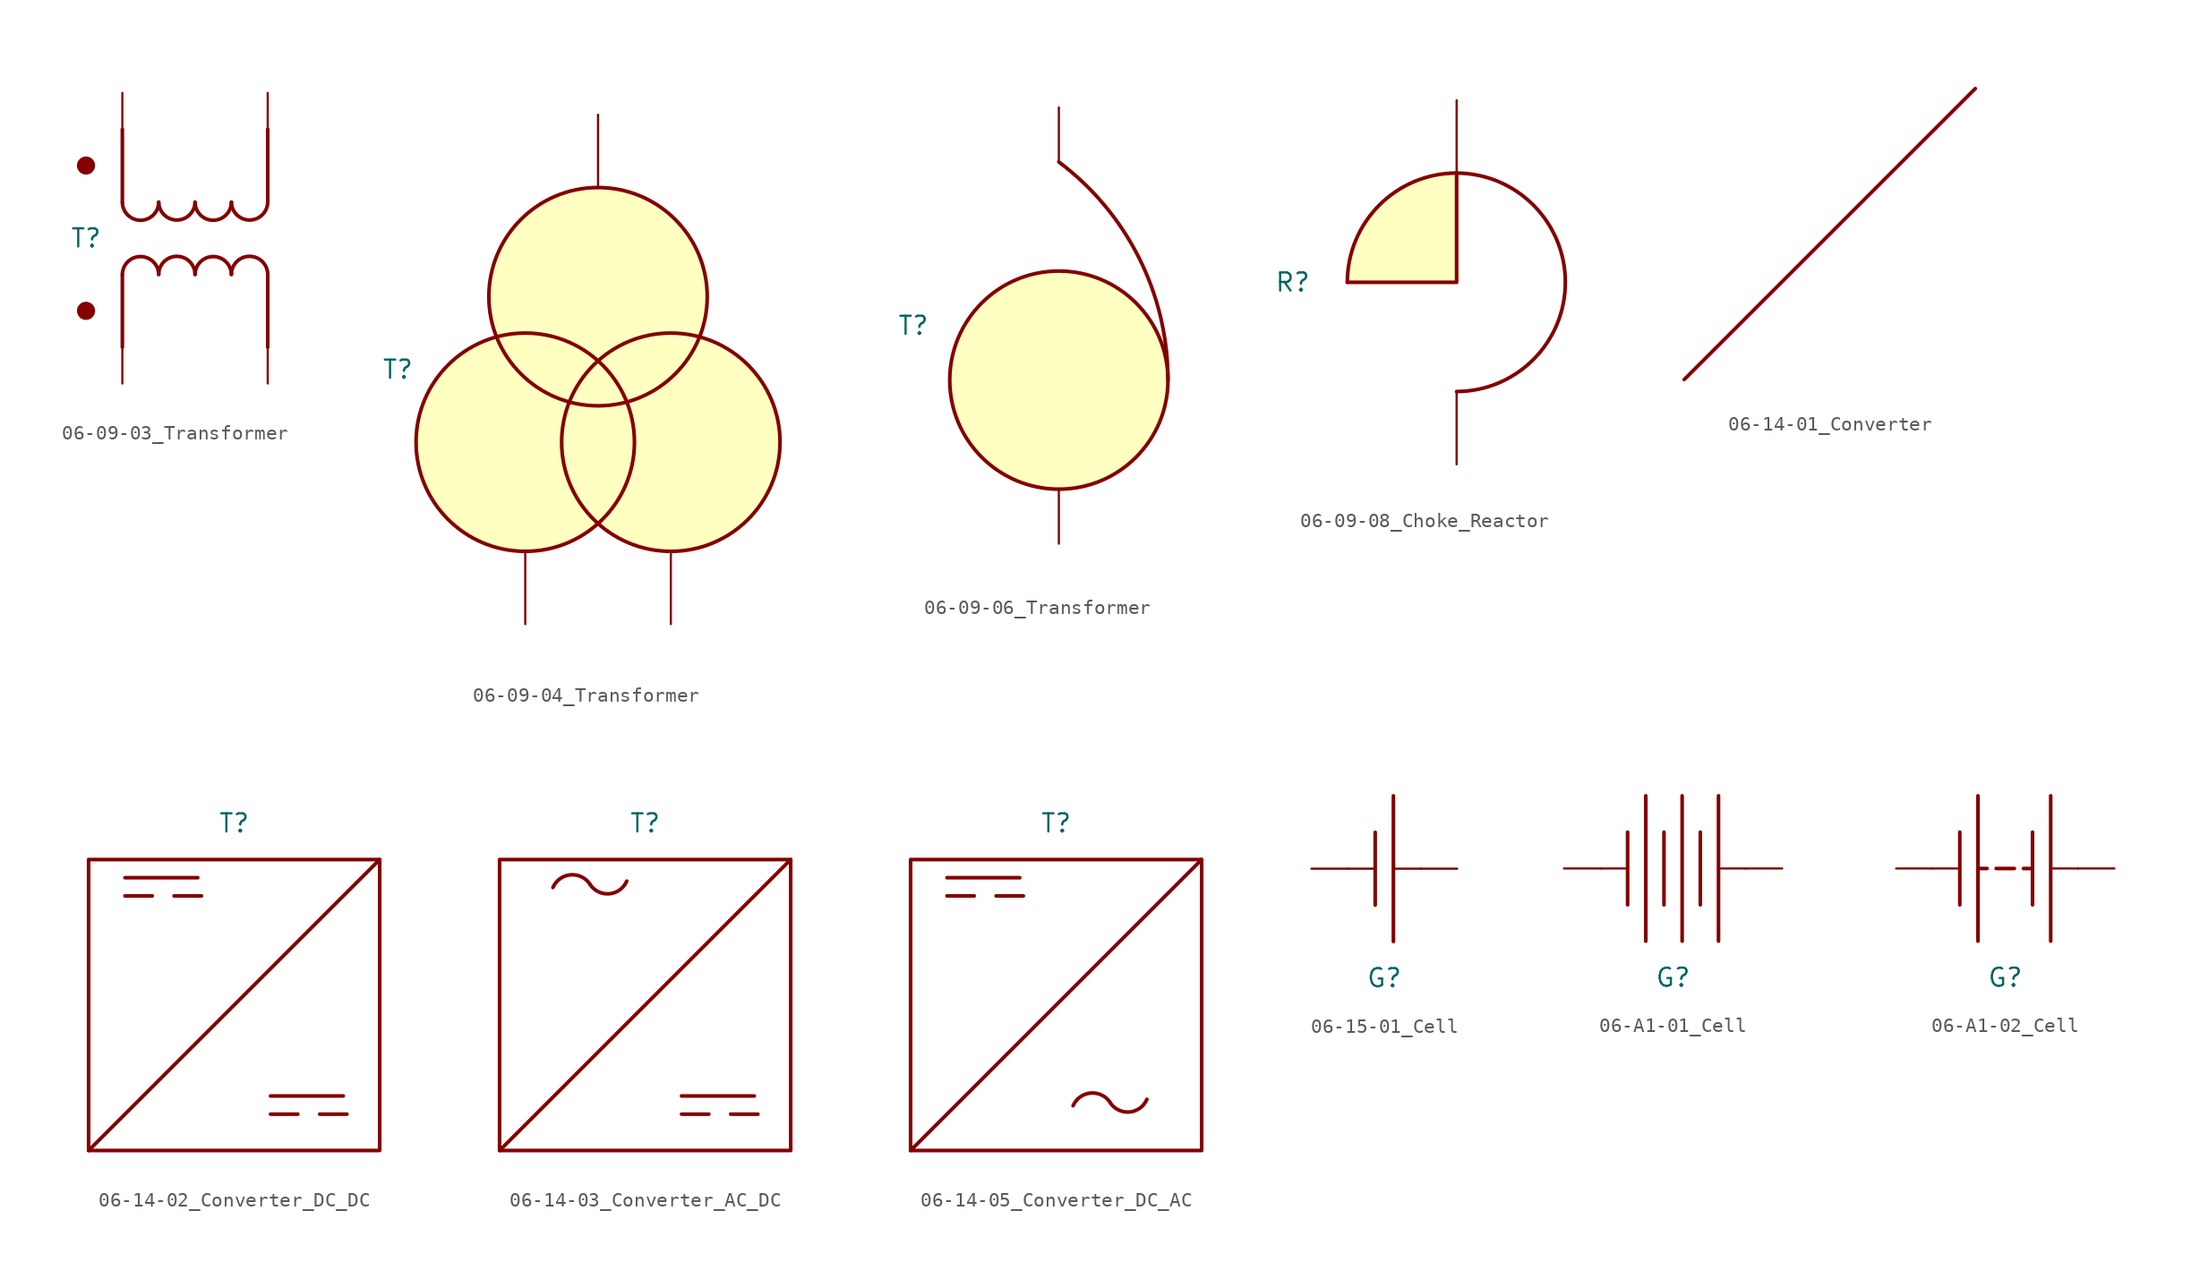
<source format=kicad_sym>
(kicad_symbol_lib
  (version 20201005)
  (generator kicad_symbol_editor)
  (symbol "Symbol_IEC_60617-6:06-09-03_Transformer"
    (pin_numbers hide)
    (pin_names hide)
    (property "Reference" "T"
      (at -7.62 0 0)
      (effects (font (size 1.27 1.27))))
    (symbol "06-09-03_Transformer_0_1"
      (arc (start 0 2.5241) (end -2.54 2.5241) (radius (at -1.27 2.54) (length 1.2701) (angles -0.7 -179.3)) (stroke (width 0.254)) (fill (type none)))
      (arc (start -2.54 2.5082) (end -5.08 2.5082) (radius (at -3.81 2.5241) (length 1.2701) (angles -0.7 -179.3)) (stroke (width 0.254)) (fill (type none)))
      (arc (start 5.08 2.5241) (end 2.54 2.5241) (radius (at 3.81 2.54) (length 1.2701) (angles -0.7 -179.3)) (stroke (width 0.254)) (fill (type none)))
      (arc (start 2.54 2.5082) (end 0 2.5082) (radius (at 1.27 2.5241) (length 1.2701) (angles -0.7 -179.3)) (stroke (width 0.254)) (fill (type none)))
      (arc (start 0 -2.54) (end 2.54 -2.54) (radius (at 1.27 -2.5559) (length 1.2701) (angles 179.3 0.7)) (stroke (width 0.254)) (fill (type none)))
      (arc (start 2.54 -2.5241) (end 5.08 -2.5241) (radius (at 3.81 -2.54) (length 1.2701) (angles 179.3 0.7)) (stroke (width 0.254)) (fill (type none)))
      (arc (start -5.08 -2.54) (end -2.54 -2.54) (radius (at -3.81 -2.5559) (length 1.2701) (angles 179.3 0.7)) (stroke (width 0.254)) (fill (type none)))
      (arc (start -2.54 -2.5241) (end 0 -2.5241) (radius (at -1.27 -2.54) (length 1.2701) (angles 179.3 0.7)) (stroke (width 0.254)) (fill (type none)))
      (circle (center -7.62 5.08) (radius 0.508) (stroke (width 0.254)) (fill (type outline)))
      (circle (center -7.62 -5.08) (radius 0.508) (stroke (width 0.254)) (fill (type outline)))
      (polyline (pts (xy -5.08 7.62) (xy -5.08 2.54)) (stroke (width 0.254)) (fill (type none)))
      (polyline (pts (xy 5.08 7.62) (xy 5.08 2.54)) (stroke (width 0.254)) (fill (type none)))
      (polyline (pts (xy 5.08 -2.54) (xy 5.08 -7.62)) (stroke (width 0.254)) (fill (type none)))
      (polyline (pts (xy -5.08 -2.54) (xy -5.08 -7.62)) (stroke (width 0.254)) (fill (type none))))
    (symbol "06-09-03_Transformer_1_1"
      (pin passive line (at -5.08 10.16 270) (length 2.54) (name "PA" (effects (font (size 1.27 1.27)))) (number "1" (effects (font (size 1.27 1.27)))))
      (pin passive line (at 5.08 10.16 270) (length 2.54) (name "PB" (effects (font (size 1.27 1.27)))) (number "2" (effects (font (size 1.27 1.27)))))
      (pin passive line (at -5.08 -10.16 90) (length 2.54) (name "SA" (effects (font (size 1.27 1.27)))) (number "3" (effects (font (size 1.27 1.27)))))
      (pin passive line (at 5.08 -10.16 90) (length 2.54) (name "SB" (effects (font (size 1.27 1.27)))) (number "4" (effects (font (size 1.27 1.27)))))))
  (symbol "Symbol_IEC_60617-6:06-09-04_Transformer"
    (pin_numbers hide)
    (pin_names hide)
    (property "Reference" "T"
      (at -13.97 0 0)
      (effects (font (size 1.27 1.27))))
    (symbol "06-09-04_Transformer_0_1"
      (circle (center 0 5.08) (radius 7.62) (stroke (width 0.254)) (fill (type background)))
      (circle (center -5.08 -5.08) (radius 7.62) (stroke (width 0.254)) (fill (type background)))
      (circle (center 5.08 -5.08) (radius 7.62) (stroke (width 0.254)) (fill (type background))))
    (symbol "06-09-04_Transformer_1_1"
      (pin input line (at 0 17.78 270) (length 5.08) (name "P" (effects (font (size 1.27 1.27)))) (number "1" (effects (font (size 1.27 1.27)))))
      (pin input line (at -5.08 -17.78 90) (length 5.08) (name "S1" (effects (font (size 1.27 1.27)))) (number "2" (effects (font (size 1.27 1.27)))))
      (pin input line (at 5.08 -17.78 90) (length 5.08) (name "S2" (effects (font (size 1.27 1.27)))) (number "2" (effects (font (size 1.27 1.27)))))))
  (symbol "Symbol_IEC_60617-6:06-09-06_Transformer"
    (pin_numbers hide)
    (pin_names hide)
    (property "Reference" "T"
      (at -10.16 0 0)
      (effects (font (size 1.27 1.27))))
    (symbol "06-09-06_Transformer_0_1"
      (arc (start 7.62 -3.81) (end 0 11.43) (radius (at -11.4255 -3.8077) (length 19.0455) (angles 0 53.1)) (stroke (width 0.254)) (fill (type none)))
      (circle (center 0 -3.81) (radius 7.62) (stroke (width 0.254)) (fill (type background))))
    (symbol "06-09-06_Transformer_1_1"
      (pin input line (at 0 15.24 270) (length 3.81) (name "P" (effects (font (size 1.27 1.27)))) (number "1" (effects (font (size 1.27 1.27)))))
      (pin input line (at 0 -15.24 90) (length 3.81) (name "S" (effects (font (size 1.27 1.27)))) (number "2" (effects (font (size 1.27 1.27)))))))
  (symbol "Symbol_IEC_60617-6:06-09-08_Choke_Reactor"
    (pin_numbers hide)
    (pin_names hide)
    (property "Reference" "R"
      (at -11.43 0 0)
      (effects (font (size 1.27 1.27))))
    (symbol "06-09-08_Choke_Reactor_0_1"
      (arc (start 0 -7.62) (end 0 7.62) (radius (at -0.039 0) (length 7.6201) (angles -89.7 89.7)) (stroke (width 0.254)) (fill (type none)))
      (arc (start 0 7.62) (end -7.62 0) (radius (at 0 0) (length 7.62) (angles 90 180)) (stroke (width 0.254)) (fill (type background)))
      (polyline (pts (xy -7.62 0) (xy 0 0) (xy 0 7.62)) (stroke (width 0.254)) (fill (type none))))
    (symbol "06-09-08_Choke_Reactor_1_1"
      (pin input line (at 0 12.7 270) (length 5.08) (name "~" (effects (font (size 1.27 1.27)))) (number "1" (effects (font (size 1.27 1.27)))))
      (pin input line (at 0 -12.7 90) (length 5.08) (name "~" (effects (font (size 1.27 1.27)))) (number "2" (effects (font (size 1.27 1.27)))))))
  (symbol "Symbol_IEC_60617-6:06-14-01_Converter"
    (pin_numbers hide)
    (pin_names hide)
    (property "Reference" "#SYM"
      (at 0 0 0)
      (effects (font (size 1.27 1.27)) hide))
    (symbol "06-14-01_Converter_0_1"
      (polyline (pts (xy -10.16 -10.16) (xy 10.16 10.16)) (stroke (width 0.254)) (fill (type none)))))
  (symbol "Symbol_IEC_60617-6:06-14-02_Converter_DC_DC"
    (pin_numbers hide)
    (property "Reference" "T"
      (at 0 12.7 0)
      (effects (font (size 1.27 1.27))))
    (symbol "06-14-02_Converter_DC_DC_0_1"
      (rectangle (start -10.16 -10.16) (end 10.16 10.16) (stroke (width 0.254)) (fill (type none)))
      (polyline (pts (xy -10.16 -10.16) (xy 10.16 10.16)) (stroke (width 0.254)) (fill (type none)))
      (polyline (pts (xy -7.62 8.89) (xy -2.54 8.89)) (stroke (width 0.254)) (fill (type none)))
      (polyline (pts (xy -7.62 7.62) (xy -5.715 7.62)) (stroke (width 0.254)) (fill (type none)))
      (polyline (pts (xy -4.191 7.62) (xy -2.286 7.62)) (stroke (width 0.254)) (fill (type none)))
      (polyline (pts (xy 2.54 -6.35) (xy 7.62 -6.35)) (stroke (width 0.254)) (fill (type none)))
      (polyline (pts (xy 2.54 -7.62) (xy 4.445 -7.62)) (stroke (width 0.254)) (fill (type none)))
      (polyline (pts (xy 5.969 -7.62) (xy 7.874 -7.62)) (stroke (width 0.254)) (fill (type none)))))
  (symbol "Symbol_IEC_60617-6:06-14-03_Converter_AC_DC"
    (pin_numbers hide)
    (property "Reference" "T"
      (at 0 12.7 0)
      (effects (font (size 1.27 1.27))))
    (symbol "06-14-03_Converter_AC_DC_0_1"
      (rectangle (start -10.16 -10.16) (end 10.16 10.16) (stroke (width 0.254)) (fill (type none)))
      (polyline (pts (xy -10.16 -10.16) (xy 10.16 10.16)) (stroke (width 0.254)) (fill (type none)))
      (polyline (pts (xy 2.54 -6.35) (xy 7.62 -6.35)) (stroke (width 0.254)) (fill (type none)))
      (polyline (pts (xy 2.54 -7.62) (xy 4.445 -7.62)) (stroke (width 0.254)) (fill (type none)))
      (polyline (pts (xy 5.969 -7.62) (xy 7.874 -7.62)) (stroke (width 0.254)) (fill (type none))))
    (symbol "06-14-03_Converter_AC_DC_1_1"
      (arc (start -3.8463 8.434) (end -6.4371 8.2054) (radius (at -5.08 7.62) (length 1.478) (angles 33.4 156.7)) (stroke (width 0.254)) (fill (type none)))
      (arc (start -1.2838 8.6552) (end -3.8492 8.4266) (radius (at -2.6271 9.2214) (length 1.4578) (angles -22.9 -147)) (stroke (width 0.254)) (fill (type none)))))
  (symbol "Symbol_IEC_60617-6:06-14-05_Converter_DC_AC"
    (pin_numbers hide)
    (property "Reference" "T"
      (at 0 12.7 0)
      (effects (font (size 1.27 1.27))))
    (symbol "06-14-05_Converter_DC_AC_0_1"
      (rectangle (start -10.16 -10.16) (end 10.16 10.16) (stroke (width 0.254)) (fill (type none)))
      (polyline (pts (xy -10.16 -10.16) (xy 10.16 10.16)) (stroke (width 0.254)) (fill (type none)))
      (polyline (pts (xy -7.62 8.89) (xy -2.54 8.89)) (stroke (width 0.254)) (fill (type none)))
      (polyline (pts (xy -7.62 7.62) (xy -5.715 7.62)) (stroke (width 0.254)) (fill (type none)))
      (polyline (pts (xy -4.191 7.62) (xy -2.286 7.62)) (stroke (width 0.254)) (fill (type none))))
    (symbol "06-14-05_Converter_DC_AC_1_1"
      (arc (start 3.7737 -6.806) (end 1.1829 -7.0346) (radius (at 2.54 -7.62) (length 1.478) (angles 33.4 156.7)) (stroke (width 0.254)) (fill (type none)))
      (arc (start 6.3362 -6.5848) (end 3.7708 -6.8134) (radius (at 4.9929 -6.0186) (length 1.4578) (angles -22.9 -147)) (stroke (width 0.254)) (fill (type none)))))
  (symbol "Symbol_IEC_60617-6:06-15-01_Cell"
    (pin_numbers hide)
    (pin_names hide)
    (property "Reference" "G"
      (at 0 -7.62 0)
      (effects (font (size 1.27 1.27))))
    (symbol "06-15-01_Cell_0_1"
      (polyline (pts (xy 0.635 5.08) (xy 0.635 -5.08)) (stroke (width 0.254)) (fill (type none)))
      (polyline (pts (xy -0.635 2.54) (xy -0.635 -2.54)) (stroke (width 0.254)) (fill (type none)))
      (polyline (pts (xy -2.54 0) (xy -0.635 0)) (stroke (width 0.15)) (fill (type none)))
      (polyline (pts (xy 0.635 0) (xy 2.54 0)) (stroke (width 0.15)) (fill (type none))))
    (symbol "06-15-01_Cell_1_1"
      (pin passive line (at 5.08 0 180) (length 2.54) (name "+" (effects (font (size 1.27 1.27)))) (number "1" (effects (font (size 1.27 1.27)))))
      (pin passive line (at -5.08 0 0) (length 2.54) (name "-" (effects (font (size 1.27 1.27)))) (number "2" (effects (font (size 1.27 1.27)))))))
  (symbol "Symbol_IEC_60617-6:06-A1-01_Cell"
    (pin_numbers hide)
    (pin_names hide)
    (property "Reference" "G"
      (at 0 -7.62 0)
      (effects (font (size 1.27 1.27))))
    (symbol "06-A1-01_Cell_0_1"
      (polyline (pts (xy 0.635 5.08) (xy 0.635 -5.08)) (stroke (width 0.254)) (fill (type none)))
      (polyline (pts (xy -0.635 2.54) (xy -0.635 -2.54)) (stroke (width 0.254)) (fill (type none)))
      (polyline (pts (xy -5.08 0) (xy -3.175 0)) (stroke (width 0.15)) (fill (type none)))
      (polyline (pts (xy 3.175 0) (xy 5.08 0)) (stroke (width 0.15)) (fill (type none)))
      (polyline (pts (xy -1.905 5.08) (xy -1.905 -5.08)) (stroke (width 0.254)) (fill (type none)))
      (polyline (pts (xy -3.175 2.54) (xy -3.175 -2.54)) (stroke (width 0.254)) (fill (type none)))
      (polyline (pts (xy 3.175 5.08) (xy 3.175 -5.08)) (stroke (width 0.254)) (fill (type none)))
      (polyline (pts (xy 1.905 2.54) (xy 1.905 -2.54)) (stroke (width 0.254)) (fill (type none))))
    (symbol "06-A1-01_Cell_1_1"
      (pin passive line (at 7.62 0 180) (length 2.54) (name "+" (effects (font (size 1.27 1.27)))) (number "1" (effects (font (size 1.27 1.27)))))
      (pin passive line (at -7.62 0 0) (length 2.54) (name "-" (effects (font (size 1.27 1.27)))) (number "2" (effects (font (size 1.27 1.27)))))))
  (symbol "Symbol_IEC_60617-6:06-A1-02_Cell"
    (pin_numbers hide)
    (pin_names hide)
    (property "Reference" "G"
      (at 0 -7.62 0)
      (effects (font (size 1.27 1.27))))
    (symbol "06-A1-02_Cell_0_1"
      (polyline (pts (xy -5.08 0) (xy -3.175 0)) (stroke (width 0.15)) (fill (type none)))
      (polyline (pts (xy 3.175 0) (xy 5.08 0)) (stroke (width 0.15)) (fill (type none)))
      (polyline (pts (xy -1.905 5.08) (xy -1.905 -5.08)) (stroke (width 0.254)) (fill (type none)))
      (polyline (pts (xy -3.175 2.54) (xy -3.175 -2.54)) (stroke (width 0.254)) (fill (type none)))
      (polyline (pts (xy 3.175 5.08) (xy 3.175 -5.08)) (stroke (width 0.254)) (fill (type none)))
      (polyline (pts (xy 1.905 2.54) (xy 1.905 -2.54)) (stroke (width 0.254)) (fill (type none)))
      (polyline (pts (xy -1.905 0) (xy -1.27 0)) (stroke (width 0.254)) (fill (type none)))
      (polyline (pts (xy -0.635 0) (xy 0.635 0)) (stroke (width 0.254)) (fill (type none)))
      (polyline (pts (xy 1.27 0) (xy 1.905 0)) (stroke (width 0.254)) (fill (type none))))
    (symbol "06-A1-02_Cell_1_1"
      (pin passive line (at 7.62 0 180) (length 2.54) (name "+" (effects (font (size 1.27 1.27)))) (number "1" (effects (font (size 1.27 1.27)))))
      (pin passive line (at -7.62 0 0) (length 2.54) (name "-" (effects (font (size 1.27 1.27)))) (number "2" (effects (font (size 1.27 1.27))))))))
</source>
